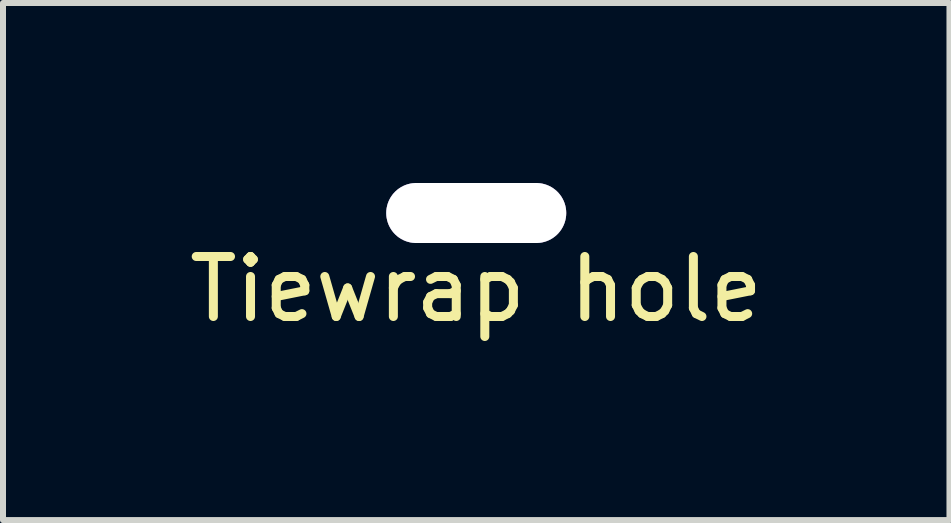
<source format=kicad_pcb>
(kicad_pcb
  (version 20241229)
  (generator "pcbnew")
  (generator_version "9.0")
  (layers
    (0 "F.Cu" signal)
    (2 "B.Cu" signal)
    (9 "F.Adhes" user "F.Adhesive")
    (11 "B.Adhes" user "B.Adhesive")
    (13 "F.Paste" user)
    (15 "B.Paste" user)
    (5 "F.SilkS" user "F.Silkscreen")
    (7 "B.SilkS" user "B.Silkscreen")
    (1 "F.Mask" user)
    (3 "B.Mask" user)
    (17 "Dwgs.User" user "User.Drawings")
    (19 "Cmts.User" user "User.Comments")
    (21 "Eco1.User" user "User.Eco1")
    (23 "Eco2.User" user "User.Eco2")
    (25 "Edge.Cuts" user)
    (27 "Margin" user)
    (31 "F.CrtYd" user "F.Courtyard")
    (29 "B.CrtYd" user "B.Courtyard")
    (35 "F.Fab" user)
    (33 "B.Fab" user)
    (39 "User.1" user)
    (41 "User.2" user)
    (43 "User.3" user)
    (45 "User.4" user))
  (footprint "Tiewrap hole"
    (layer "F.Cu")
    (at 4.887 0.5)
    (property "Reference" "Tiewrap hole" (at 0 1.27 0) (layer "F.SilkS") (effects (font (size 1 1) (thickness 0.15))))
    (attr through_hole)
    (pad "-" thru_hole oval (at 0 0) (size 3 1) (drill oval 3 1) (layers "*.Cu" "*.Mask")))
  (gr_rect
    (start -3 -3)
    (end 12.774 5.618)
    (stroke (width 0.1) (type default))
    (fill no)
    (layer "Edge.Cuts")))
</source>
